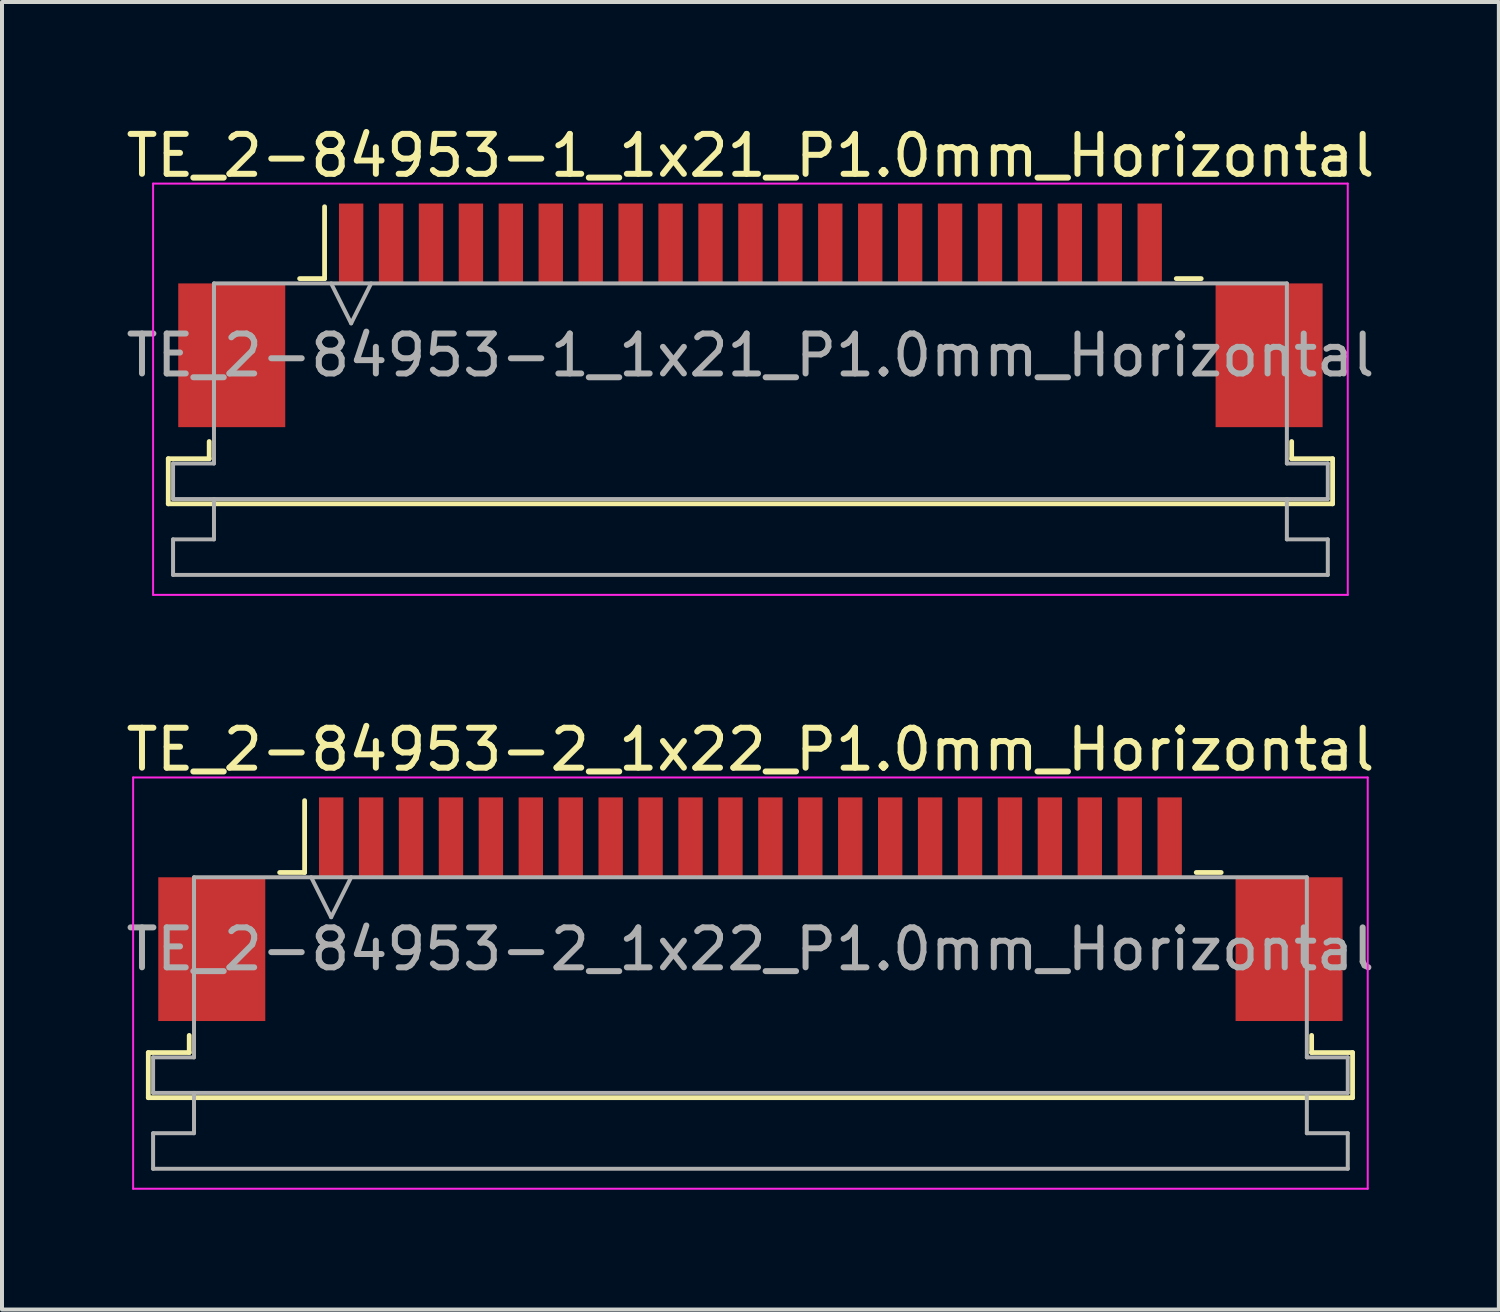
<source format=kicad_pcb>
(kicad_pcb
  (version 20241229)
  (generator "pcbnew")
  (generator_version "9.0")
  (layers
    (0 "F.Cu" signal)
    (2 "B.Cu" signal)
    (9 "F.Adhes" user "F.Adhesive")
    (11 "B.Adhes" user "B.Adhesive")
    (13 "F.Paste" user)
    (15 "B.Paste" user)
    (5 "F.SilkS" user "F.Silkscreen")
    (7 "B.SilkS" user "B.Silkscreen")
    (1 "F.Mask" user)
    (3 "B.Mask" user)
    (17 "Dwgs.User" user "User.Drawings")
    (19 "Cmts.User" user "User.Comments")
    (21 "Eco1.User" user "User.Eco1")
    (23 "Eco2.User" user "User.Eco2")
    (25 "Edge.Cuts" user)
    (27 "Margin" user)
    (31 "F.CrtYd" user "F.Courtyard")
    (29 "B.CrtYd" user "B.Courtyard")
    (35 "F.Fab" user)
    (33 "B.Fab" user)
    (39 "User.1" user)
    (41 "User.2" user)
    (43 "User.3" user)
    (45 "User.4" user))
  (footprint "TE_2-84953-1_1x21_P1.0mm_Horizontal"
    (layer "F.Cu")
    (at 15.744 4.848)
    (property "Reference" "TE_2-84953-1_1x21_P1.0mm_Horizontal" (at 0 -4 0) (layer "F.SilkS") (effects (font (size 1 1) (thickness 0.15))))
    (attr smd)
    (fp_line (start -14.58 3.59) (end -13.555 3.59) (stroke (width 0.12) (type solid)) (layer "F.SilkS"))
    (fp_line (start -14.58 4.72) (end -14.58 3.59) (stroke (width 0.12) (type solid)) (layer "F.SilkS"))
    (fp_line (start -13.555 3.59) (end -13.555 3.16) (stroke (width 0.12) (type solid)) (layer "F.SilkS"))
    (fp_line (start -11.29 -0.92) (end -10.665 -0.92) (stroke (width 0.12) (type solid)) (layer "F.SilkS"))
    (fp_line (start -10.665 -0.92) (end -10.665 -2.72) (stroke (width 0.12) (type solid)) (layer "F.SilkS"))
    (fp_line (start 10.665 -0.92) (end 11.29 -0.92) (stroke (width 0.12) (type solid)) (layer "F.SilkS"))
    (fp_line (start 13.555 3.16) (end 13.555 3.59) (stroke (width 0.12) (type solid)) (layer "F.SilkS"))
    (fp_line (start 13.555 3.59) (end 14.58 3.59) (stroke (width 0.12) (type solid)) (layer "F.SilkS"))
    (fp_line (start 14.58 3.59) (end 14.58 4.72) (stroke (width 0.12) (type solid)) (layer "F.SilkS"))
    (fp_line (start 14.58 4.72) (end -14.58 4.72) (stroke (width 0.12) (type solid)) (layer "F.SilkS"))
    (fp_line (start -14.96 -3.3) (end -14.96 7) (stroke (width 0.05) (type solid)) (layer "F.CrtYd"))
    (fp_line (start -14.96 7) (end 14.96 7) (stroke (width 0.05) (type solid)) (layer "F.CrtYd"))
    (fp_line (start 14.96 -3.3) (end -14.96 -3.3) (stroke (width 0.05) (type solid)) (layer "F.CrtYd"))
    (fp_line (start 14.96 7) (end 14.96 -3.3) (stroke (width 0.05) (type solid)) (layer "F.CrtYd"))
    (fp_line (start -14.46 3.71) (end -13.435 3.71) (stroke (width 0.1) (type solid)) (layer "F.Fab"))
    (fp_line (start -14.46 4.6) (end -14.46 3.71) (stroke (width 0.1) (type solid)) (layer "F.Fab"))
    (fp_line (start -14.46 5.61) (end -13.435 5.61) (stroke (width 0.1) (type solid)) (layer "F.Fab"))
    (fp_line (start -14.46 6.5) (end -14.46 5.61) (stroke (width 0.1) (type solid)) (layer "F.Fab"))
    (fp_line (start -13.435 -0.8) (end 13.435 -0.8) (stroke (width 0.1) (type solid)) (layer "F.Fab"))
    (fp_line (start -13.435 3.71) (end -13.435 -0.8) (stroke (width 0.1) (type solid)) (layer "F.Fab"))
    (fp_line (start -13.435 5.61) (end -13.435 4.6) (stroke (width 0.1) (type solid)) (layer "F.Fab"))
    (fp_line (start -10.5 -0.8) (end -10 0.2) (stroke (width 0.1) (type solid)) (layer "F.Fab"))
    (fp_line (start -10 0.2) (end -9.5 -0.8) (stroke (width 0.1) (type solid)) (layer "F.Fab"))
    (fp_line (start 13.435 -0.8) (end 13.435 3.71) (stroke (width 0.1) (type solid)) (layer "F.Fab"))
    (fp_line (start 13.435 3.71) (end 14.46 3.71) (stroke (width 0.1) (type solid)) (layer "F.Fab"))
    (fp_line (start 13.435 4.6) (end 13.435 5.61) (stroke (width 0.1) (type solid)) (layer "F.Fab"))
    (fp_line (start 13.435 5.61) (end 14.46 5.61) (stroke (width 0.1) (type solid)) (layer "F.Fab"))
    (fp_line (start 14.46 3.71) (end 14.46 4.6) (stroke (width 0.1) (type solid)) (layer "F.Fab"))
    (fp_line (start 14.46 4.6) (end -14.46 4.6) (stroke (width 0.1) (type solid)) (layer "F.Fab"))
    (fp_line (start 14.46 5.61) (end 14.46 6.5) (stroke (width 0.1) (type solid)) (layer "F.Fab"))
    (fp_line (start 14.46 6.5) (end -14.46 6.5) (stroke (width 0.1) (type solid)) (layer "F.Fab"))
    (fp_text user "${REFERENCE}" (at 0 1 0) (layer "F.Fab") (effects (font (size 1 1) (thickness 0.15))))
    (pad "" smd rect (at -12.99 1) (size 2.68 3.6) (layers "F.Cu" "F.Mask" "F.Paste"))
    (pad "" smd rect (at 12.99 1) (size 2.68 3.6) (layers "F.Cu" "F.Mask" "F.Paste"))
    (pad "1" smd rect (at -10 -1.8) (size 0.61 2) (layers "F.Cu" "F.Mask" "F.Paste"))
    (pad "2" smd rect (at -9 -1.8) (size 0.61 2) (layers "F.Cu" "F.Mask" "F.Paste"))
    (pad "3" smd rect (at -8 -1.8) (size 0.61 2) (layers "F.Cu" "F.Mask" "F.Paste"))
    (pad "4" smd rect (at -7 -1.8) (size 0.61 2) (layers "F.Cu" "F.Mask" "F.Paste"))
    (pad "5" smd rect (at -6 -1.8) (size 0.61 2) (layers "F.Cu" "F.Mask" "F.Paste"))
    (pad "6" smd rect (at -5 -1.8) (size 0.61 2) (layers "F.Cu" "F.Mask" "F.Paste"))
    (pad "7" smd rect (at -4 -1.8) (size 0.61 2) (layers "F.Cu" "F.Mask" "F.Paste"))
    (pad "8" smd rect (at -3 -1.8) (size 0.61 2) (layers "F.Cu" "F.Mask" "F.Paste"))
    (pad "9" smd rect (at -2 -1.8) (size 0.61 2) (layers "F.Cu" "F.Mask" "F.Paste"))
    (pad "10" smd rect (at -1 -1.8) (size 0.61 2) (layers "F.Cu" "F.Mask" "F.Paste"))
    (pad "11" smd rect (at 0 -1.8) (size 0.61 2) (layers "F.Cu" "F.Mask" "F.Paste"))
    (pad "12" smd rect (at 1 -1.8) (size 0.61 2) (layers "F.Cu" "F.Mask" "F.Paste"))
    (pad "13" smd rect (at 2 -1.8) (size 0.61 2) (layers "F.Cu" "F.Mask" "F.Paste"))
    (pad "14" smd rect (at 3 -1.8) (size 0.61 2) (layers "F.Cu" "F.Mask" "F.Paste"))
    (pad "15" smd rect (at 4 -1.8) (size 0.61 2) (layers "F.Cu" "F.Mask" "F.Paste"))
    (pad "16" smd rect (at 5 -1.8) (size 0.61 2) (layers "F.Cu" "F.Mask" "F.Paste"))
    (pad "17" smd rect (at 6 -1.8) (size 0.61 2) (layers "F.Cu" "F.Mask" "F.Paste"))
    (pad "18" smd rect (at 7 -1.8) (size 0.61 2) (layers "F.Cu" "F.Mask" "F.Paste"))
    (pad "19" smd rect (at 8 -1.8) (size 0.61 2) (layers "F.Cu" "F.Mask" "F.Paste"))
    (pad "20" smd rect (at 9 -1.8) (size 0.61 2) (layers "F.Cu" "F.Mask" "F.Paste"))
    (pad "21" smd rect (at 10 -1.8) (size 0.61 2) (layers "F.Cu" "F.Mask" "F.Paste")))
  (footprint "TE_2-84953-2_1x22_P1.0mm_Horizontal"
    (layer "F.Cu")
    (at 15.744 19.721)
    (property "Reference" "TE_2-84953-2_1x22_P1.0mm_Horizontal" (at 0 -4 0) (layer "F.SilkS") (effects (font (size 1 1) (thickness 0.15))))
    (attr smd)
    (fp_line (start -15.08 3.59) (end -14.055 3.59) (stroke (width 0.12) (type solid)) (layer "F.SilkS"))
    (fp_line (start -15.08 4.72) (end -15.08 3.59) (stroke (width 0.12) (type solid)) (layer "F.SilkS"))
    (fp_line (start -14.055 3.59) (end -14.055 3.16) (stroke (width 0.12) (type solid)) (layer "F.SilkS"))
    (fp_line (start -11.79 -0.92) (end -11.165 -0.92) (stroke (width 0.12) (type solid)) (layer "F.SilkS"))
    (fp_line (start -11.165 -0.92) (end -11.165 -2.72) (stroke (width 0.12) (type solid)) (layer "F.SilkS"))
    (fp_line (start 11.165 -0.92) (end 11.79 -0.92) (stroke (width 0.12) (type solid)) (layer "F.SilkS"))
    (fp_line (start 14.055 3.16) (end 14.055 3.59) (stroke (width 0.12) (type solid)) (layer "F.SilkS"))
    (fp_line (start 14.055 3.59) (end 15.08 3.59) (stroke (width 0.12) (type solid)) (layer "F.SilkS"))
    (fp_line (start 15.08 3.59) (end 15.08 4.72) (stroke (width 0.12) (type solid)) (layer "F.SilkS"))
    (fp_line (start 15.08 4.72) (end -15.08 4.72) (stroke (width 0.12) (type solid)) (layer "F.SilkS"))
    (fp_line (start -15.46 -3.3) (end -15.46 7) (stroke (width 0.05) (type solid)) (layer "F.CrtYd"))
    (fp_line (start -15.46 7) (end 15.46 7) (stroke (width 0.05) (type solid)) (layer "F.CrtYd"))
    (fp_line (start 15.46 -3.3) (end -15.46 -3.3) (stroke (width 0.05) (type solid)) (layer "F.CrtYd"))
    (fp_line (start 15.46 7) (end 15.46 -3.3) (stroke (width 0.05) (type solid)) (layer "F.CrtYd"))
    (fp_line (start -14.96 3.71) (end -13.935 3.71) (stroke (width 0.1) (type solid)) (layer "F.Fab"))
    (fp_line (start -14.96 4.6) (end -14.96 3.71) (stroke (width 0.1) (type solid)) (layer "F.Fab"))
    (fp_line (start -14.96 5.61) (end -13.935 5.61) (stroke (width 0.1) (type solid)) (layer "F.Fab"))
    (fp_line (start -14.96 6.5) (end -14.96 5.61) (stroke (width 0.1) (type solid)) (layer "F.Fab"))
    (fp_line (start -13.935 -0.8) (end 13.935 -0.8) (stroke (width 0.1) (type solid)) (layer "F.Fab"))
    (fp_line (start -13.935 3.71) (end -13.935 -0.8) (stroke (width 0.1) (type solid)) (layer "F.Fab"))
    (fp_line (start -13.935 5.61) (end -13.935 4.6) (stroke (width 0.1) (type solid)) (layer "F.Fab"))
    (fp_line (start -11 -0.8) (end -10.5 0.2) (stroke (width 0.1) (type solid)) (layer "F.Fab"))
    (fp_line (start -10.5 0.2) (end -10 -0.8) (stroke (width 0.1) (type solid)) (layer "F.Fab"))
    (fp_line (start 13.935 -0.8) (end 13.935 3.71) (stroke (width 0.1) (type solid)) (layer "F.Fab"))
    (fp_line (start 13.935 3.71) (end 14.96 3.71) (stroke (width 0.1) (type solid)) (layer "F.Fab"))
    (fp_line (start 13.935 4.6) (end 13.935 5.61) (stroke (width 0.1) (type solid)) (layer "F.Fab"))
    (fp_line (start 13.935 5.61) (end 14.96 5.61) (stroke (width 0.1) (type solid)) (layer "F.Fab"))
    (fp_line (start 14.96 3.71) (end 14.96 4.6) (stroke (width 0.1) (type solid)) (layer "F.Fab"))
    (fp_line (start 14.96 4.6) (end -14.96 4.6) (stroke (width 0.1) (type solid)) (layer "F.Fab"))
    (fp_line (start 14.96 5.61) (end 14.96 6.5) (stroke (width 0.1) (type solid)) (layer "F.Fab"))
    (fp_line (start 14.96 6.5) (end -14.96 6.5) (stroke (width 0.1) (type solid)) (layer "F.Fab"))
    (fp_text user "${REFERENCE}" (at 0 1 0) (layer "F.Fab") (effects (font (size 1 1) (thickness 0.15))))
    (pad "" smd rect (at -13.49 1) (size 2.68 3.6) (layers "F.Cu" "F.Mask" "F.Paste"))
    (pad "" smd rect (at 13.49 1) (size 2.68 3.6) (layers "F.Cu" "F.Mask" "F.Paste"))
    (pad "1" smd rect (at -10.5 -1.8) (size 0.61 2) (layers "F.Cu" "F.Mask" "F.Paste"))
    (pad "2" smd rect (at -9.5 -1.8) (size 0.61 2) (layers "F.Cu" "F.Mask" "F.Paste"))
    (pad "3" smd rect (at -8.5 -1.8) (size 0.61 2) (layers "F.Cu" "F.Mask" "F.Paste"))
    (pad "4" smd rect (at -7.5 -1.8) (size 0.61 2) (layers "F.Cu" "F.Mask" "F.Paste"))
    (pad "5" smd rect (at -6.5 -1.8) (size 0.61 2) (layers "F.Cu" "F.Mask" "F.Paste"))
    (pad "6" smd rect (at -5.5 -1.8) (size 0.61 2) (layers "F.Cu" "F.Mask" "F.Paste"))
    (pad "7" smd rect (at -4.5 -1.8) (size 0.61 2) (layers "F.Cu" "F.Mask" "F.Paste"))
    (pad "8" smd rect (at -3.5 -1.8) (size 0.61 2) (layers "F.Cu" "F.Mask" "F.Paste"))
    (pad "9" smd rect (at -2.5 -1.8) (size 0.61 2) (layers "F.Cu" "F.Mask" "F.Paste"))
    (pad "10" smd rect (at -1.5 -1.8) (size 0.61 2) (layers "F.Cu" "F.Mask" "F.Paste"))
    (pad "11" smd rect (at -0.5 -1.8) (size 0.61 2) (layers "F.Cu" "F.Mask" "F.Paste"))
    (pad "12" smd rect (at 0.5 -1.8) (size 0.61 2) (layers "F.Cu" "F.Mask" "F.Paste"))
    (pad "13" smd rect (at 1.5 -1.8) (size 0.61 2) (layers "F.Cu" "F.Mask" "F.Paste"))
    (pad "14" smd rect (at 2.5 -1.8) (size 0.61 2) (layers "F.Cu" "F.Mask" "F.Paste"))
    (pad "15" smd rect (at 3.5 -1.8) (size 0.61 2) (layers "F.Cu" "F.Mask" "F.Paste"))
    (pad "16" smd rect (at 4.5 -1.8) (size 0.61 2) (layers "F.Cu" "F.Mask" "F.Paste"))
    (pad "17" smd rect (at 5.5 -1.8) (size 0.61 2) (layers "F.Cu" "F.Mask" "F.Paste"))
    (pad "18" smd rect (at 6.5 -1.8) (size 0.61 2) (layers "F.Cu" "F.Mask" "F.Paste"))
    (pad "19" smd rect (at 7.5 -1.8) (size 0.61 2) (layers "F.Cu" "F.Mask" "F.Paste"))
    (pad "20" smd rect (at 8.5 -1.8) (size 0.61 2) (layers "F.Cu" "F.Mask" "F.Paste"))
    (pad "21" smd rect (at 9.5 -1.8) (size 0.61 2) (layers "F.Cu" "F.Mask" "F.Paste"))
    (pad "22" smd rect (at 10.5 -1.8) (size 0.61 2) (layers "F.Cu" "F.Mask" "F.Paste")))
  (gr_rect
    (start -3 -3)
    (end 34.488 29.747)
    (stroke (width 0.1) (type default))
    (fill no)
    (layer "Edge.Cuts")))
</source>
